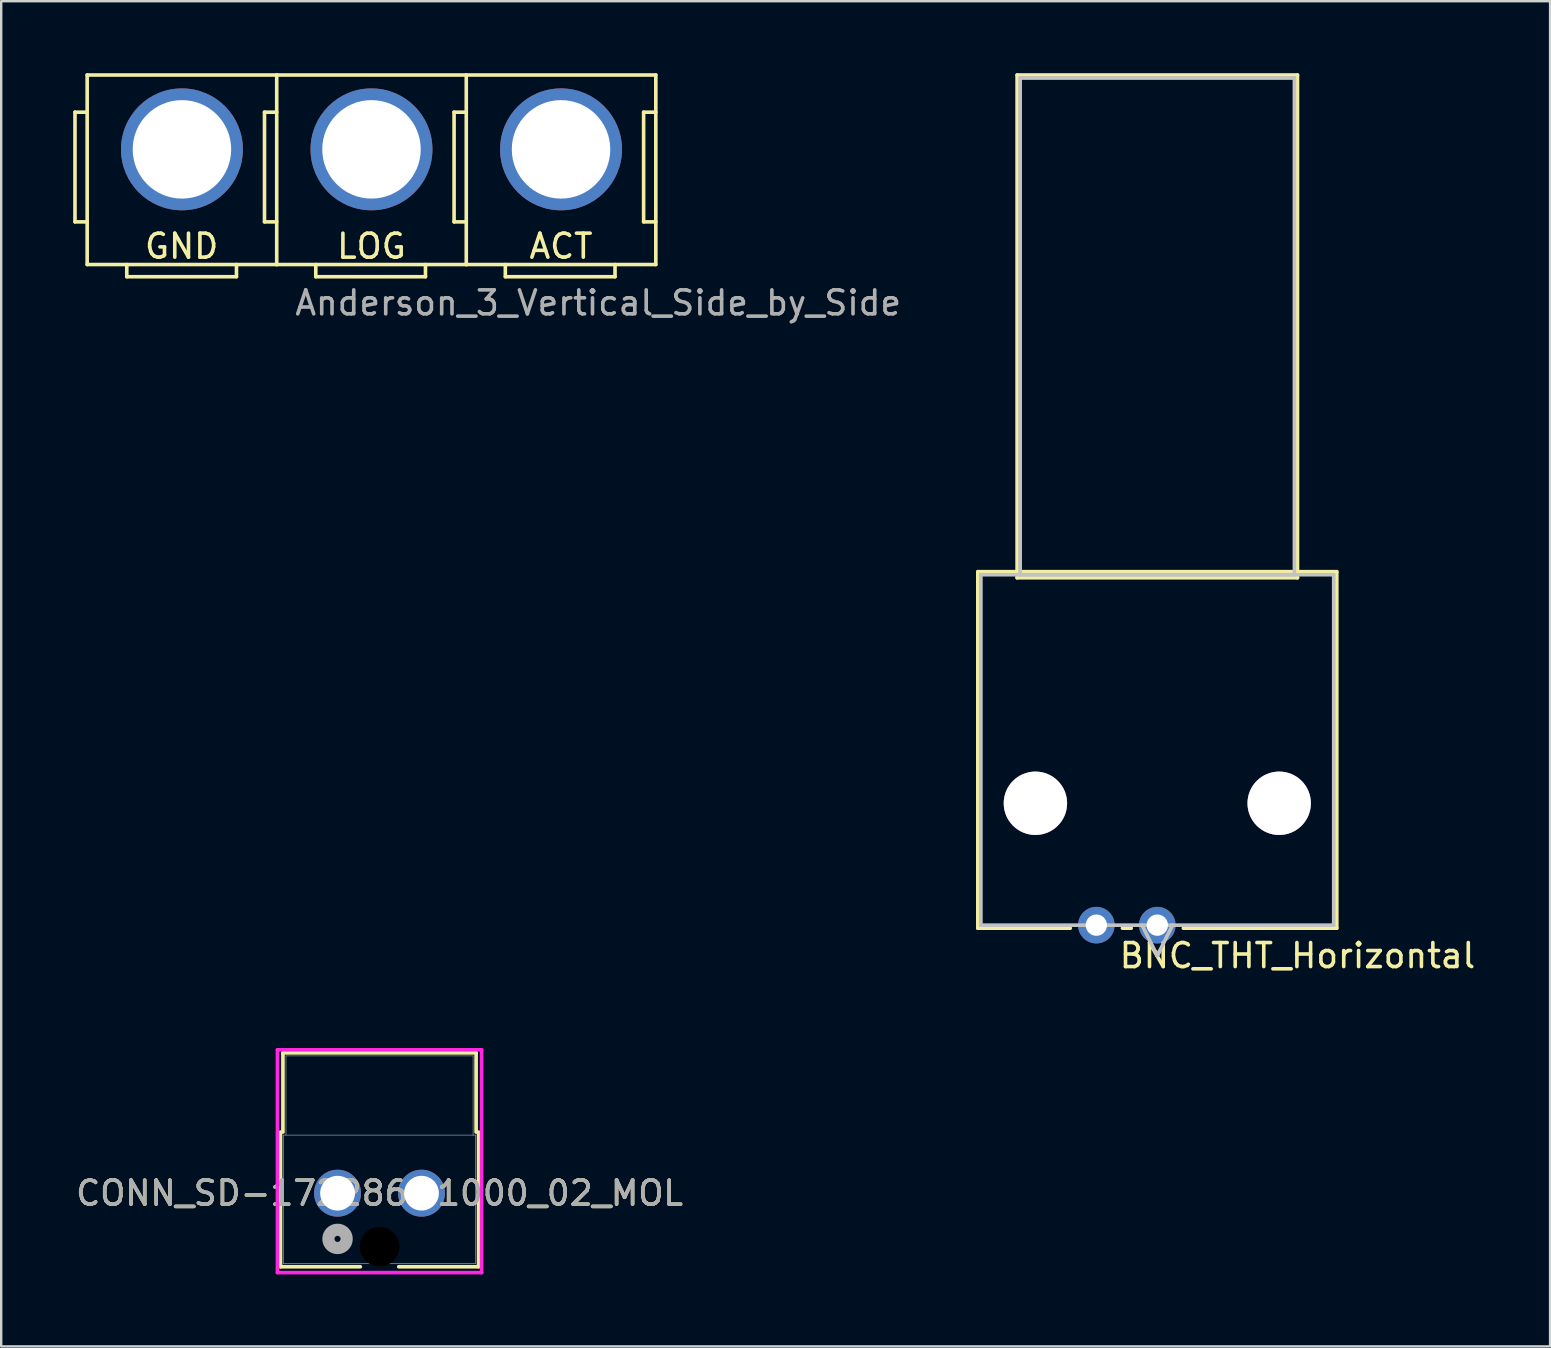
<source format=kicad_pcb>
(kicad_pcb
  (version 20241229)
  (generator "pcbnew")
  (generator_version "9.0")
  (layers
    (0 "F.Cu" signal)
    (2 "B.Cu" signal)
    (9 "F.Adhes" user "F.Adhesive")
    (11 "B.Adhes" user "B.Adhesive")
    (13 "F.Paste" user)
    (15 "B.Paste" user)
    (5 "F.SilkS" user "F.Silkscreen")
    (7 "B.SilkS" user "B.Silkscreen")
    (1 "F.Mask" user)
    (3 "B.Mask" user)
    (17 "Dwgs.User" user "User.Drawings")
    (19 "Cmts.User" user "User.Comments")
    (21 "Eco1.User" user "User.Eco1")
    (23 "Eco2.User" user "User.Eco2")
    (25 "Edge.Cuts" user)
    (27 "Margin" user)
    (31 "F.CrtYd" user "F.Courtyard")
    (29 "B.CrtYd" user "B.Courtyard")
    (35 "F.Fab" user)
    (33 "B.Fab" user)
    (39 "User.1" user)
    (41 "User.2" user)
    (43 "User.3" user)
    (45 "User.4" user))
  (footprint "CONN_SD-172286-1000_02_MOL"
    (layer "F.Cu")
    (at 11.018 46.68)
    (property "Reference" "CONN_SD-172286-1000_02_MOL" (at 1.75 0 0) (unlocked yes) (layer "F.SilkS") (effects (font (size 1 1) (thickness 0.15))))
    (attr through_hole)
    (fp_line (start -2.377 -2.547) (end -2.377 3.066) (stroke (width 0.152) (type solid)) (layer "F.SilkS"))
    (fp_line (start -2.377 3.066) (end 0.949 3.066) (stroke (width 0.152) (type solid)) (layer "F.SilkS"))
    (fp_line (start -2.276 -5.849) (end -2.276 -2.547) (stroke (width 0.152) (type solid)) (layer "F.SilkS"))
    (fp_line (start 2.551 3.066) (end 5.878 3.066) (stroke (width 0.152) (type solid)) (layer "F.SilkS"))
    (fp_line (start 5.776 -5.849) (end -2.276 -5.849) (stroke (width 0.152) (type solid)) (layer "F.SilkS"))
    (fp_line (start 5.776 -2.547) (end 5.776 -5.849) (stroke (width 0.152) (type solid)) (layer "F.SilkS"))
    (fp_line (start 5.878 3.066) (end 5.878 -2.547) (stroke (width 0.152) (type solid)) (layer "F.SilkS"))
    (fp_line (start -2.504 -5.976) (end -2.504 3.31) (stroke (width 0.152) (type solid)) (layer "F.CrtYd"))
    (fp_line (start -2.504 3.31) (end 6.005 3.31) (stroke (width 0.152) (type solid)) (layer "F.CrtYd"))
    (fp_line (start 6.005 -5.976) (end -2.504 -5.976) (stroke (width 0.152) (type solid)) (layer "F.CrtYd"))
    (fp_line (start 6.005 3.31) (end 6.005 -5.976) (stroke (width 0.152) (type solid)) (layer "F.CrtYd"))
    (fp_line (start -2.25 -2.42) (end -2.25 2.939) (stroke (width 0.025) (type solid)) (layer "F.Fab"))
    (fp_line (start -2.25 2.939) (end 5.751 2.939) (stroke (width 0.025) (type solid)) (layer "F.Fab"))
    (fp_line (start -2.149 -5.722) (end -2.149 -2.42) (stroke (width 0.025) (type solid)) (layer "F.Fab"))
    (fp_line (start -2.149 -5.722) (end 5.649 -5.722) (stroke (width 0.025) (type solid)) (layer "F.Fab"))
    (fp_line (start 5.649 -2.42) (end 5.649 -5.722) (stroke (width 0.025) (type solid)) (layer "F.Fab"))
    (fp_line (start 5.751 -2.42) (end -2.25 -2.42) (stroke (width 0.025) (type solid)) (layer "F.Fab"))
    (fp_line (start 5.751 2.939) (end 5.751 -2.42) (stroke (width 0.025) (type solid)) (layer "F.Fab"))
    (fp_circle (center 0 1.905) (end 0.381 1.905) (stroke (width 0.508) (type solid)) (fill no) (layer "F.Fab"))
    (fp_text user "${REFERENCE}" (at 1.75 0 0) (unlocked yes) (layer "F.Fab") (effects (font (size 1 1) (thickness 0.15))))
    (pad "" np_thru_hole circle (at 1.75 2.23) (size 1.651 1.651) (drill 1.651) (layers))
    (pad "1" thru_hole circle (at 0 0) (size 1.956 1.956) (drill 1.448) (layers "*.Cu" "*.Mask"))
    (pad "2" thru_hole circle (at 3.5 0) (size 1.956 1.956) (drill 1.448) (layers "*.Cu" "*.Mask")))
  (footprint "BNC_THT_Horizontal"
    (layer "F.Cu")
    (at 45.184 35.509)
    (property "Reference" "BNC_THT_Horizontal" (at 5.842 1.27 0) (layer "F.SilkS") (effects (font (size 1 1) (thickness 0.15))))
    (attr through_hole)
    (fp_line (start -7.48 -14.732) (end -7.48 0.127) (stroke (width 0.152) (type solid)) (layer "F.SilkS"))
    (fp_line (start -7.48 0.127) (end -3.627 0.127) (stroke (width 0.152) (type solid)) (layer "F.SilkS"))
    (fp_line (start -5.842 -35.433) (end -5.842 -14.478) (stroke (width 0.152) (type solid)) (layer "F.SilkS"))
    (fp_line (start -5.842 -14.478) (end 5.842 -14.478) (stroke (width 0.152) (type solid)) (layer "F.SilkS"))
    (fp_line (start -1.453 0.127) (end -1.087 0.127) (stroke (width 0.152) (type solid)) (layer "F.SilkS"))
    (fp_line (start -0.089 1.091) (end 0 1.27) (stroke (width 0.152) (type solid)) (layer "F.SilkS"))
    (fp_line (start 0.089 1.091) (end 0 1.27) (stroke (width 0.152) (type solid)) (layer "F.SilkS"))
    (fp_line (start 1.087 0.127) (end 7.48 0.127) (stroke (width 0.152) (type solid)) (layer "F.SilkS"))
    (fp_line (start 5.842 -35.433) (end -5.842 -35.433) (stroke (width 0.152) (type solid)) (layer "F.SilkS"))
    (fp_line (start 5.842 -14.478) (end 5.842 -35.433) (stroke (width 0.152) (type solid)) (layer "F.SilkS"))
    (fp_line (start 7.48 -14.732) (end -7.48 -14.732) (stroke (width 0.152) (type solid)) (layer "F.SilkS"))
    (fp_line (start 7.48 0.127) (end 7.48 -14.732) (stroke (width 0.152) (type solid)) (layer "F.SilkS"))
    (fp_line (start -7.353 -14.605) (end -7.353 0) (stroke (width 0.152) (type solid)) (layer "Dwgs.User"))
    (fp_line (start -7.353 0) (end 7.353 0) (stroke (width 0.152) (type solid)) (layer "Dwgs.User"))
    (fp_line (start -5.715 -35.306) (end -5.715 -14.605) (stroke (width 0.152) (type solid)) (layer "Dwgs.User"))
    (fp_line (start -5.715 -14.605) (end 5.715 -14.605) (stroke (width 0.152) (type solid)) (layer "Dwgs.User"))
    (fp_line (start -0.635 0) (end 0 1.27) (stroke (width 0.152) (type solid)) (layer "Dwgs.User"))
    (fp_line (start 0.635 0) (end 0 1.27) (stroke (width 0.152) (type solid)) (layer "Dwgs.User"))
    (fp_line (start 5.715 -35.306) (end -5.715 -35.306) (stroke (width 0.152) (type solid)) (layer "Dwgs.User"))
    (fp_line (start 5.715 -14.605) (end 5.715 -35.306) (stroke (width 0.152) (type solid)) (layer "Dwgs.User"))
    (fp_line (start 7.353 -14.605) (end -7.353 -14.605) (stroke (width 0.152) (type solid)) (layer "Dwgs.User"))
    (fp_line (start 7.353 0) (end 7.353 -14.605) (stroke (width 0.152) (type solid)) (layer "Dwgs.User"))
    (fp_text user "Copyright 2016 Accelerated Designs. All rights reserved." (at 0 0 0) (layer "Cmts.User") (effects (font (size 0.127 0.127) (thickness 0.002))))
    (pad "1" thru_hole circle (at 0 0) (size 1.524 1.524) (drill 0.889) (layers "*.Cu" "*.Mask"))
    (pad "2" thru_hole circle (at -2.54 0) (size 1.524 1.524) (drill 0.889) (layers "*.Cu" "*.Mask"))
    (pad "3" thru_hole circle (at -5.08 -5.08) (size 2.642 2.642) (drill 2.642) (layers "*.Cu" "*.Mask"))
    (pad "4" thru_hole circle (at 5.08 -5.08) (size 2.642 2.642) (drill 2.642) (layers "*.Cu" "*.Mask")))
  (footprint "Anderson_3_Vertical_Side_by_Side"
    (layer "F.Cu")
    (at 4.52 3.149)
    (property "Reference" "Anderson_3_Vertical_Side_by_Side" (at 17.363 6.426 0) (layer "F.Fab") (effects (font (size 1 1) (thickness 0.15))))
    (attr through_hole)
    (fp_line (start -4.445 -1.524) (end -4.445 3.048) (stroke (width 0.15) (type solid)) (layer "F.SilkS"))
    (fp_line (start -4.445 3.048) (end -3.937 3.048) (stroke (width 0.15) (type solid)) (layer "F.SilkS"))
    (fp_line (start -3.937 -1.524) (end -4.445 -1.524) (stroke (width 0.15) (type solid)) (layer "F.SilkS"))
    (fp_line (start -3.937 4.826) (end -3.937 -3.074) (stroke (width 0.15) (type solid)) (layer "F.SilkS"))
    (fp_line (start -2.286 4.826) (end -2.286 5.334) (stroke (width 0.15) (type solid)) (layer "F.SilkS"))
    (fp_line (start -2.286 5.334) (end 2.286 5.334) (stroke (width 0.15) (type solid)) (layer "F.SilkS"))
    (fp_line (start 2.286 5.334) (end 2.286 4.826) (stroke (width 0.15) (type solid)) (layer "F.SilkS"))
    (fp_line (start 3.454 -1.524) (end 3.454 3.048) (stroke (width 0.15) (type solid)) (layer "F.SilkS"))
    (fp_line (start 3.454 3.048) (end 3.962 3.048) (stroke (width 0.15) (type solid)) (layer "F.SilkS"))
    (fp_line (start 3.962 -1.524) (end 3.454 -1.524) (stroke (width 0.15) (type solid)) (layer "F.SilkS"))
    (fp_line (start 3.963 -3.074) (end -3.937 -3.074) (stroke (width 0.15) (type solid)) (layer "F.SilkS"))
    (fp_line (start 3.963 4.826) (end -3.937 4.826) (stroke (width 0.15) (type solid)) (layer "F.SilkS"))
    (fp_line (start 3.963 4.826) (end 3.963 -3.074) (stroke (width 0.15) (type solid)) (layer "F.SilkS"))
    (fp_line (start 5.591 4.826) (end 5.591 5.334) (stroke (width 0.15) (type solid)) (layer "F.SilkS"))
    (fp_line (start 5.591 5.334) (end 10.163 5.334) (stroke (width 0.15) (type solid)) (layer "F.SilkS"))
    (fp_line (start 10.163 5.334) (end 10.163 4.826) (stroke (width 0.15) (type solid)) (layer "F.SilkS"))
    (fp_line (start 11.355 -1.524) (end 11.355 3.048) (stroke (width 0.15) (type solid)) (layer "F.SilkS"))
    (fp_line (start 11.355 3.048) (end 11.863 3.048) (stroke (width 0.15) (type solid)) (layer "F.SilkS"))
    (fp_line (start 11.863 -3.074) (end 3.963 -3.074) (stroke (width 0.15) (type solid)) (layer "F.SilkS"))
    (fp_line (start 11.863 -1.524) (end 11.355 -1.524) (stroke (width 0.15) (type solid)) (layer "F.SilkS"))
    (fp_line (start 11.863 4.826) (end 3.963 4.826) (stroke (width 0.15) (type solid)) (layer "F.SilkS"))
    (fp_line (start 11.863 4.826) (end 11.863 -3.074) (stroke (width 0.15) (type solid)) (layer "F.SilkS"))
    (fp_line (start 13.491 4.826) (end 13.491 5.334) (stroke (width 0.15) (type solid)) (layer "F.SilkS"))
    (fp_line (start 13.491 5.334) (end 18.063 5.334) (stroke (width 0.15) (type solid)) (layer "F.SilkS"))
    (fp_line (start 18.063 5.334) (end 18.063 4.826) (stroke (width 0.15) (type solid)) (layer "F.SilkS"))
    (fp_line (start 19.255 -1.524) (end 19.255 3.048) (stroke (width 0.15) (type solid)) (layer "F.SilkS"))
    (fp_line (start 19.255 3.048) (end 19.763 3.048) (stroke (width 0.15) (type solid)) (layer "F.SilkS"))
    (fp_line (start 19.763 -3.074) (end 11.863 -3.074) (stroke (width 0.15) (type solid)) (layer "F.SilkS"))
    (fp_line (start 19.763 -1.524) (end 19.255 -1.524) (stroke (width 0.15) (type solid)) (layer "F.SilkS"))
    (fp_line (start 19.763 4.826) (end 11.863 4.826) (stroke (width 0.15) (type solid)) (layer "F.SilkS"))
    (fp_line (start 19.763 4.826) (end 19.763 -3.074) (stroke (width 0.15) (type solid)) (layer "F.SilkS"))
    (fp_text user "LOG" (at 7.912 4.064 0) (layer "F.SilkS") (effects (font (size 1 1) (thickness 0.15))))
    (fp_text user "GND" (at 0 4.064 0) (layer "F.SilkS") (effects (font (size 1 1) (thickness 0.15))))
    (fp_text user "ACT" (at 15.812 4.064 0) (layer "F.SilkS") (effects (font (size 1 1) (thickness 0.15))))
    (pad "1" thru_hole circle (at 0.013 0.026 270) (size 5.08 5.08) (drill 4.104) (layers "*.Cu" "*.Mask"))
    (pad "2" thru_hole circle (at 7.913 0.026 270) (size 5.08 5.08) (drill 4.104) (layers "*.Cu" "*.Mask"))
    (pad "3" thru_hole circle (at 15.813 0.026 270) (size 5.08 5.08) (drill 4.104) (layers "*.Cu" "*.Mask")))
  (gr_rect
    (start -3 -3)
    (end 61.555 53.065)
    (stroke (width 0.1) (type default))
    (fill no)
    (layer "Edge.Cuts")))
</source>
